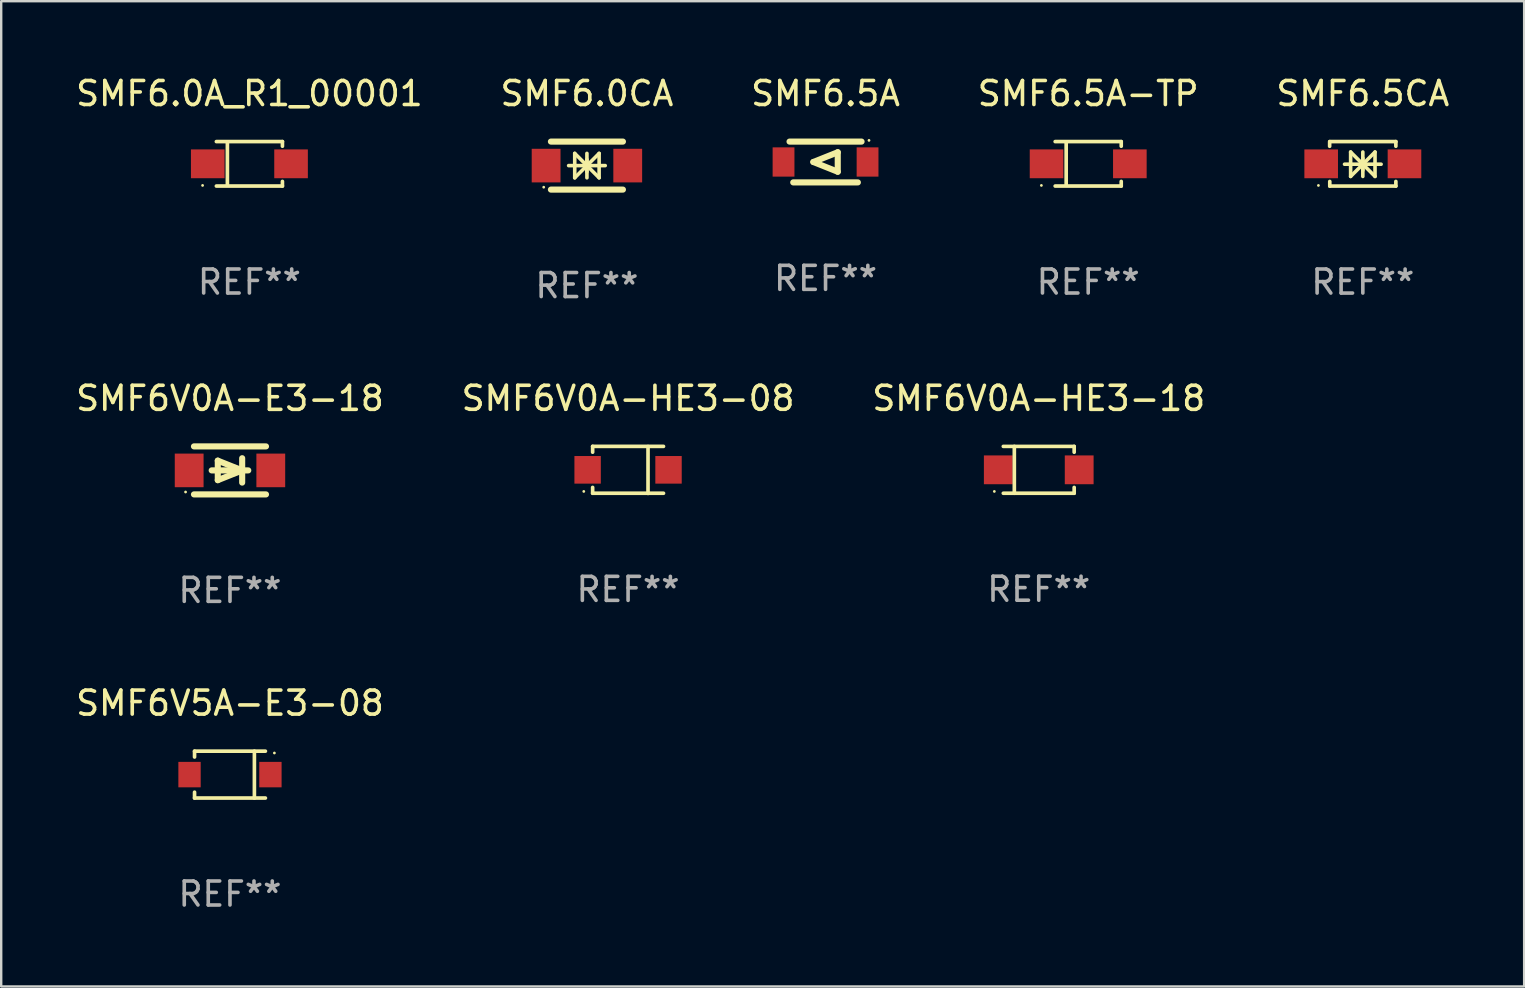
<source format=kicad_pcb>
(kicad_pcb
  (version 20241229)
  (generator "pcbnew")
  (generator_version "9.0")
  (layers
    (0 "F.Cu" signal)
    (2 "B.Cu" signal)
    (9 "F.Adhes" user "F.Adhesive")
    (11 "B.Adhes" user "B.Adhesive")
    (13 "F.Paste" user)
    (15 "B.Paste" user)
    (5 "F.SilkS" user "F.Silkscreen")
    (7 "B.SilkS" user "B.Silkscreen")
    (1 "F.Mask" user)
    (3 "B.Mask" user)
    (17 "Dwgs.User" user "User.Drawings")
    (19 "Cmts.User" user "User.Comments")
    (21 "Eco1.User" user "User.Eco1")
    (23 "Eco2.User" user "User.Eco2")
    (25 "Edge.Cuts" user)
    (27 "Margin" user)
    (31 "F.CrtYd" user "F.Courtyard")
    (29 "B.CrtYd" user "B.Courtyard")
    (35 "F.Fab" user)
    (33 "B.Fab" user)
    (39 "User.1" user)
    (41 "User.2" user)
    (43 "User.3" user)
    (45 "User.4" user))
  (footprint "SMF6V0A-HE3-08"
    (layer "F.Cu")
    (at 23.113 16.524)
    (property "Reference" "SMF6V0A-HE3-08" (at 0 -2.98 0) (layer "F.SilkS") (effects (font (size 1 1) (thickness 0.15))))
    (attr through_hole)
    (fp_line (start -1.476 -0.98) (end -1.476 -0.737) (stroke (width 0.152) (type solid)) (layer "F.SilkS"))
    (fp_line (start -1.476 0.973) (end -1.476 0.73) (stroke (width 0.152) (type solid)) (layer "F.SilkS"))
    (fp_line (start 0.831 0.98) (end 0.831 -0.973) (stroke (width 0.152) (type solid)) (layer "F.SilkS"))
    (fp_line (start 1.476 -0.98) (end -1.476 -0.98) (stroke (width 0.152) (type solid)) (layer "F.SilkS"))
    (fp_line (start 1.476 0.973) (end -1.476 0.973) (stroke (width 0.152) (type solid)) (layer "F.SilkS"))
    (fp_circle (center -1.845 0.897) (end -1.815 0.897) (stroke (width 0.06) (type solid)) (fill no) (layer "F.SilkS"))
    (fp_text user "REF**" (at 0 4.98 0) (layer "F.Fab") (effects (font (size 1 1) (thickness 0.15))))
    (pad "1" smd rect (at -1.685 -0.003) (size 1.1 1.15) (layers "F.Cu" "F.Mask" "F.Paste"))
    (pad "2" smd rect (at 1.685 -0.003) (size 1.1 1.15) (layers "F.Cu" "F.Mask" "F.Paste")))
  (footprint "SMF6V0A-E3-18"
    (layer "F.Cu")
    (at 6.53 16.545)
    (property "Reference" "SMF6V0A-E3-18" (at 0 -3 0) (layer "F.SilkS") (effects (font (size 1 1) (thickness 0.15))))
    (attr through_hole)
    (fp_line (start -1.5 -1) (end 1.5 -1) (stroke (width 0.254) (type solid)) (layer "F.SilkS"))
    (fp_line (start -1.5 1) (end 1.5 1) (stroke (width 0.254) (type solid)) (layer "F.SilkS"))
    (fp_line (start -0.508 -0.406) (end 0.508 0) (stroke (width 0.254) (type solid)) (layer "F.SilkS"))
    (fp_line (start -0.508 0.406) (end -0.508 -0.406) (stroke (width 0.254) (type solid)) (layer "F.SilkS"))
    (fp_line (start 0.508 0) (end -0.508 0.406) (stroke (width 0.254) (type solid)) (layer "F.SilkS"))
    (fp_line (start 0.508 0.508) (end 0.508 -0.508) (stroke (width 0.254) (type solid)) (layer "F.SilkS"))
    (fp_line (start 0.762 0) (end -0.762 0) (stroke (width 0.254) (type solid)) (layer "F.SilkS"))
    (fp_circle (center -1.85 0.9) (end -1.82 0.9) (stroke (width 0.06) (type solid)) (fill no) (layer "F.SilkS"))
    (fp_text user "REF**" (at 0 5 0) (layer "F.Fab") (effects (font (size 1 1) (thickness 0.15))))
    (pad "1" smd rect (at -1.7 0) (size 1.2 1.4) (layers "F.Cu" "F.Mask" "F.Paste"))
    (pad "2" smd rect (at 1.7 0) (size 1.2 1.4) (layers "F.Cu" "F.Mask" "F.Paste")))
  (footprint "SMF6.0A_R1_00001"
    (layer "F.Cu")
    (at 7.339 3.774)
    (property "Reference" "SMF6.0A_R1_00001" (at 0 -2.926 0) (layer "F.SilkS") (effects (font (size 1 1) (thickness 0.15))))
    (attr through_hole)
    (fp_line (start -1.376 -0.926) (end 1.376 -0.926) (stroke (width 0.152) (type solid)) (layer "F.SilkS"))
    (fp_line (start -1.376 0.926) (end 1.376 0.926) (stroke (width 0.152) (type solid)) (layer "F.SilkS"))
    (fp_line (start -0.917 -0.876) (end -0.917 0.876) (stroke (width 0.152) (type solid)) (layer "F.SilkS"))
    (fp_line (start 1.376 -0.926) (end 1.376 -0.733) (stroke (width 0.152) (type solid)) (layer "F.SilkS"))
    (fp_line (start 1.376 0.926) (end 1.376 0.733) (stroke (width 0.152) (type solid)) (layer "F.SilkS"))
    (fp_circle (center -1.95 0.9) (end -1.92 0.9) (stroke (width 0.06) (type solid)) (fill no) (layer "F.SilkS"))
    (fp_text user "REF**" (at 0 4.926 0) (layer "F.Fab") (effects (font (size 1 1) (thickness 0.15))))
    (pad "1" smd rect (at -1.735 0) (size 1.4 1.2) (layers "F.Cu" "F.Mask" "F.Paste"))
    (pad "2" smd rect (at 1.735 0) (size 1.4 1.2) (layers "F.Cu" "F.Mask" "F.Paste")))
  (footprint "SMF6V5A-E3-08"
    (layer "F.Cu")
    (at 6.53 29.217)
    (property "Reference" "SMF6V5A-E3-08" (at 0 -2.976 0) (layer "F.SilkS") (effects (font (size 1 1) (thickness 0.15))))
    (attr through_hole)
    (fp_line (start -1.476 -0.976) (end -1.476 -0.733) (stroke (width 0.152) (type solid)) (layer "F.SilkS"))
    (fp_line (start -1.476 0.976) (end -1.476 0.733) (stroke (width 0.152) (type solid)) (layer "F.SilkS"))
    (fp_line (start 1.017 0.976) (end 1.017 -0.976) (stroke (width 0.152) (type solid)) (layer "F.SilkS"))
    (fp_line (start 1.476 -0.976) (end -1.476 -0.976) (stroke (width 0.152) (type solid)) (layer "F.SilkS"))
    (fp_line (start 1.476 0.976) (end -1.476 0.976) (stroke (width 0.152) (type solid)) (layer "F.SilkS"))
    (fp_circle (center 1.85 -0.9) (end 1.88 -0.9) (stroke (width 0.06) (type solid)) (fill no) (layer "F.SilkS"))
    (fp_text user "REF**" (at 0 4.976 0) (layer "F.Fab") (effects (font (size 1 1) (thickness 0.15))))
    (pad "1" smd rect (at 1.685 0 180) (size 0.93 1.06) (layers "F.Cu" "F.Mask" "F.Paste"))
    (pad "2" smd rect (at -1.685 0 180) (size 0.93 1.06) (layers "F.Cu" "F.Mask" "F.Paste")))
  (footprint "SMF6V0A-HE3-18"
    (layer "F.Cu")
    (at 40.22 16.521)
    (property "Reference" "SMF6V0A-HE3-18" (at 0 -2.976 0) (layer "F.SilkS") (effects (font (size 1 1) (thickness 0.15))))
    (attr through_hole)
    (fp_line (start -1.476 -0.976) (end 1.476 -0.976) (stroke (width 0.152) (type solid)) (layer "F.SilkS"))
    (fp_line (start -1.476 0.976) (end 1.476 0.976) (stroke (width 0.152) (type solid)) (layer "F.SilkS"))
    (fp_line (start -1.017 -0.976) (end -1.017 0.976) (stroke (width 0.152) (type solid)) (layer "F.SilkS"))
    (fp_line (start 1.476 -0.976) (end 1.476 -0.733) (stroke (width 0.152) (type solid)) (layer "F.SilkS"))
    (fp_line (start 1.476 0.976) (end 1.476 0.733) (stroke (width 0.152) (type solid)) (layer "F.SilkS"))
    (fp_circle (center -1.85 0.9) (end -1.82 0.9) (stroke (width 0.06) (type solid)) (fill no) (layer "F.SilkS"))
    (fp_text user "REF**" (at 0 4.976 0) (layer "F.Fab") (effects (font (size 1 1) (thickness 0.15))))
    (pad "1" smd rect (at -1.685 0) (size 1.2 1.2) (layers "F.Cu" "F.Mask" "F.Paste"))
    (pad "2" smd rect (at 1.685 0) (size 1.2 1.2) (layers "F.Cu" "F.Mask" "F.Paste")))
  (footprint "SMF6.5A"
    (layer "F.Cu")
    (at 31.339 3.698)
    (property "Reference" "SMF6.5A" (at 0 -2.85 0) (layer "F.SilkS") (effects (font (size 1 1) (thickness 0.15))))
    (attr through_hole)
    (fp_line (start -1.5 -0.85) (end 1.5 -0.85) (stroke (width 0.254) (type solid)) (layer "F.SilkS"))
    (fp_line (start -0.508 0) (end 0.508 -0.406) (stroke (width 0.254) (type solid)) (layer "F.SilkS"))
    (fp_line (start 0.508 -0.406) (end 0.508 0.406) (stroke (width 0.254) (type solid)) (layer "F.SilkS"))
    (fp_line (start 0.508 0.406) (end -0.508 0) (stroke (width 0.254) (type solid)) (layer "F.SilkS"))
    (fp_line (start 1.346 0.85) (end -1.346 0.85) (stroke (width 0.254) (type solid)) (layer "F.SilkS"))
    (fp_circle (center 1.81 -0.9) (end 1.84 -0.9) (stroke (width 0.06) (type solid)) (fill no) (layer "F.SilkS"))
    (fp_text user "REF**" (at 0 4.85 0) (layer "F.Fab") (effects (font (size 1 1) (thickness 0.15))))
    (pad "1" smd rect (at 1.75 0) (size 0.909 1.219) (layers "F.Cu" "F.Mask" "F.Paste"))
    (pad "2" smd rect (at -1.75 0) (size 0.909 1.219) (layers "F.Cu" "F.Mask" "F.Paste")))
  (footprint "SMF6.5A-TP"
    (layer "F.Cu")
    (at 42.28 3.774)
    (property "Reference" "SMF6.5A-TP" (at 0 -2.926 0) (layer "F.SilkS") (effects (font (size 1 1) (thickness 0.15))))
    (attr through_hole)
    (fp_line (start -1.376 -0.926) (end 1.376 -0.926) (stroke (width 0.152) (type solid)) (layer "F.SilkS"))
    (fp_line (start -1.376 0.926) (end 1.376 0.926) (stroke (width 0.152) (type solid)) (layer "F.SilkS"))
    (fp_line (start -0.917 -0.876) (end -0.917 0.876) (stroke (width 0.152) (type solid)) (layer "F.SilkS"))
    (fp_line (start 1.376 -0.926) (end 1.376 -0.733) (stroke (width 0.152) (type solid)) (layer "F.SilkS"))
    (fp_line (start 1.376 0.926) (end 1.376 0.733) (stroke (width 0.152) (type solid)) (layer "F.SilkS"))
    (fp_circle (center -1.95 0.9) (end -1.92 0.9) (stroke (width 0.06) (type solid)) (fill no) (layer "F.SilkS"))
    (fp_text user "REF**" (at 0 4.926 0) (layer "F.Fab") (effects (font (size 1 1) (thickness 0.15))))
    (pad "1" smd rect (at -1.735 0) (size 1.4 1.2) (layers "F.Cu" "F.Mask" "F.Paste"))
    (pad "2" smd rect (at 1.735 0) (size 1.4 1.2) (layers "F.Cu" "F.Mask" "F.Paste")))
  (footprint "SMF6.0CA"
    (layer "F.Cu")
    (at 21.399 3.848)
    (property "Reference" "SMF6.0CA" (at 0 -3 0) (layer "F.SilkS") (effects (font (size 1 1) (thickness 0.15))))
    (attr through_hole)
    (fp_line (start -1.5 -1) (end 1.5 -1) (stroke (width 0.254) (type solid)) (layer "F.SilkS"))
    (fp_line (start -1.5 1) (end 1.5 1) (stroke (width 0.254) (type solid)) (layer "F.SilkS"))
    (fp_line (start -0.762 0) (end 0.762 0) (stroke (width 0.15) (type solid)) (layer "F.SilkS"))
    (fp_line (start -0.508 -0.508) (end -0.508 0.508) (stroke (width 0.15) (type solid)) (layer "F.SilkS"))
    (fp_line (start 0 -0.508) (end 0 0.508) (stroke (width 0.15) (type solid)) (layer "F.SilkS"))
    (fp_line (start 0 0) (end -0.508 -0.508) (stroke (width 0.15) (type solid)) (layer "F.SilkS"))
    (fp_line (start 0 0) (end -0.508 0.508) (stroke (width 0.15) (type solid)) (layer "F.SilkS"))
    (fp_line (start 0 0) (end 0.508 -0.508) (stroke (width 0.15) (type solid)) (layer "F.SilkS"))
    (fp_line (start 0 0) (end 0.508 0.508) (stroke (width 0.15) (type solid)) (layer "F.SilkS"))
    (fp_line (start 0 0.254) (end 0 -0.254) (stroke (width 0.15) (type solid)) (layer "F.SilkS"))
    (fp_line (start 0.508 0.508) (end 0.508 -0.508) (stroke (width 0.15) (type solid)) (layer "F.SilkS"))
    (fp_circle (center -1.8 0.9) (end -1.77 0.9) (stroke (width 0.06) (type solid)) (fill no) (layer "F.SilkS"))
    (fp_text user "REF**" (at 0 5 0) (layer "F.Fab") (effects (font (size 1 1) (thickness 0.15))))
    (pad "1" smd rect (at -1.7 0) (size 1.2 1.4) (layers "F.Cu" "F.Mask" "F.Paste"))
    (pad "2" smd rect (at 1.7 0) (size 1.2 1.4) (layers "F.Cu" "F.Mask" "F.Paste")))
  (footprint "SMF6.5CA"
    (layer "F.Cu")
    (at 53.72 3.775)
    (property "Reference" "SMF6.5CA" (at 0 -2.927 0) (layer "F.SilkS") (effects (font (size 1 1) (thickness 0.15))))
    (attr through_hole)
    (fp_line (start -1.382 -0.925) (end -1.382 -0.732) (stroke (width 0.152) (type solid)) (layer "F.SilkS"))
    (fp_line (start -1.377 0.734) (end -1.377 0.927) (stroke (width 0.152) (type solid)) (layer "F.SilkS"))
    (fp_line (start -1.376 -0.927) (end 1.376 -0.927) (stroke (width 0.152) (type solid)) (layer "F.SilkS"))
    (fp_line (start -1.376 0.926) (end 1.376 0.926) (stroke (width 0.152) (type solid)) (layer "F.SilkS"))
    (fp_line (start -0.762 0.016) (end 0.762 0.016) (stroke (width 0.15) (type solid)) (layer "F.SilkS"))
    (fp_line (start -0.508 -0.492) (end -0.508 0.524) (stroke (width 0.15) (type solid)) (layer "F.SilkS"))
    (fp_line (start 0.000102 -0.492) (end 0.000102 0.524) (stroke (width 0.15) (type solid)) (layer "F.SilkS"))
    (fp_line (start 0.000102 0.016) (end -0.508 -0.492) (stroke (width 0.15) (type solid)) (layer "F.SilkS"))
    (fp_line (start 0.000102 0.016) (end -0.508 0.524) (stroke (width 0.15) (type solid)) (layer "F.SilkS"))
    (fp_line (start 0.000102 0.016) (end 0.508 -0.492) (stroke (width 0.15) (type solid)) (layer "F.SilkS"))
    (fp_line (start 0.000102 0.016) (end 0.508 0.524) (stroke (width 0.15) (type solid)) (layer "F.SilkS"))
    (fp_line (start 0.000102 0.27) (end 0.000102 -0.238) (stroke (width 0.15) (type solid)) (layer "F.SilkS"))
    (fp_line (start 0.508 0.524) (end 0.508 -0.492) (stroke (width 0.15) (type solid)) (layer "F.SilkS"))
    (fp_line (start 1.376 -0.927) (end 1.376 -0.734) (stroke (width 0.152) (type solid)) (layer "F.SilkS"))
    (fp_line (start 1.376 0.926) (end 1.376 0.733) (stroke (width 0.152) (type solid)) (layer "F.SilkS"))
    (fp_circle (center -1.85 0.9) (end -1.82 0.9) (stroke (width 0.06) (type solid)) (fill no) (layer "F.SilkS"))
    (fp_text user "REF**" (at 0 4.927 0) (layer "F.Fab") (effects (font (size 1 1) (thickness 0.15))))
    (pad "1" smd rect (at -1.735 -0.000406) (size 1.4 1.2) (layers "F.Cu" "F.Mask" "F.Paste"))
    (pad "2" smd rect (at 1.735 -0.000406) (size 1.4 1.2) (layers "F.Cu" "F.Mask" "F.Paste")))
  (gr_rect
    (start -3 -3)
    (end 60.44 38.042)
    (stroke (width 0.1) (type default))
    (fill no)
    (layer "Edge.Cuts")))
</source>
